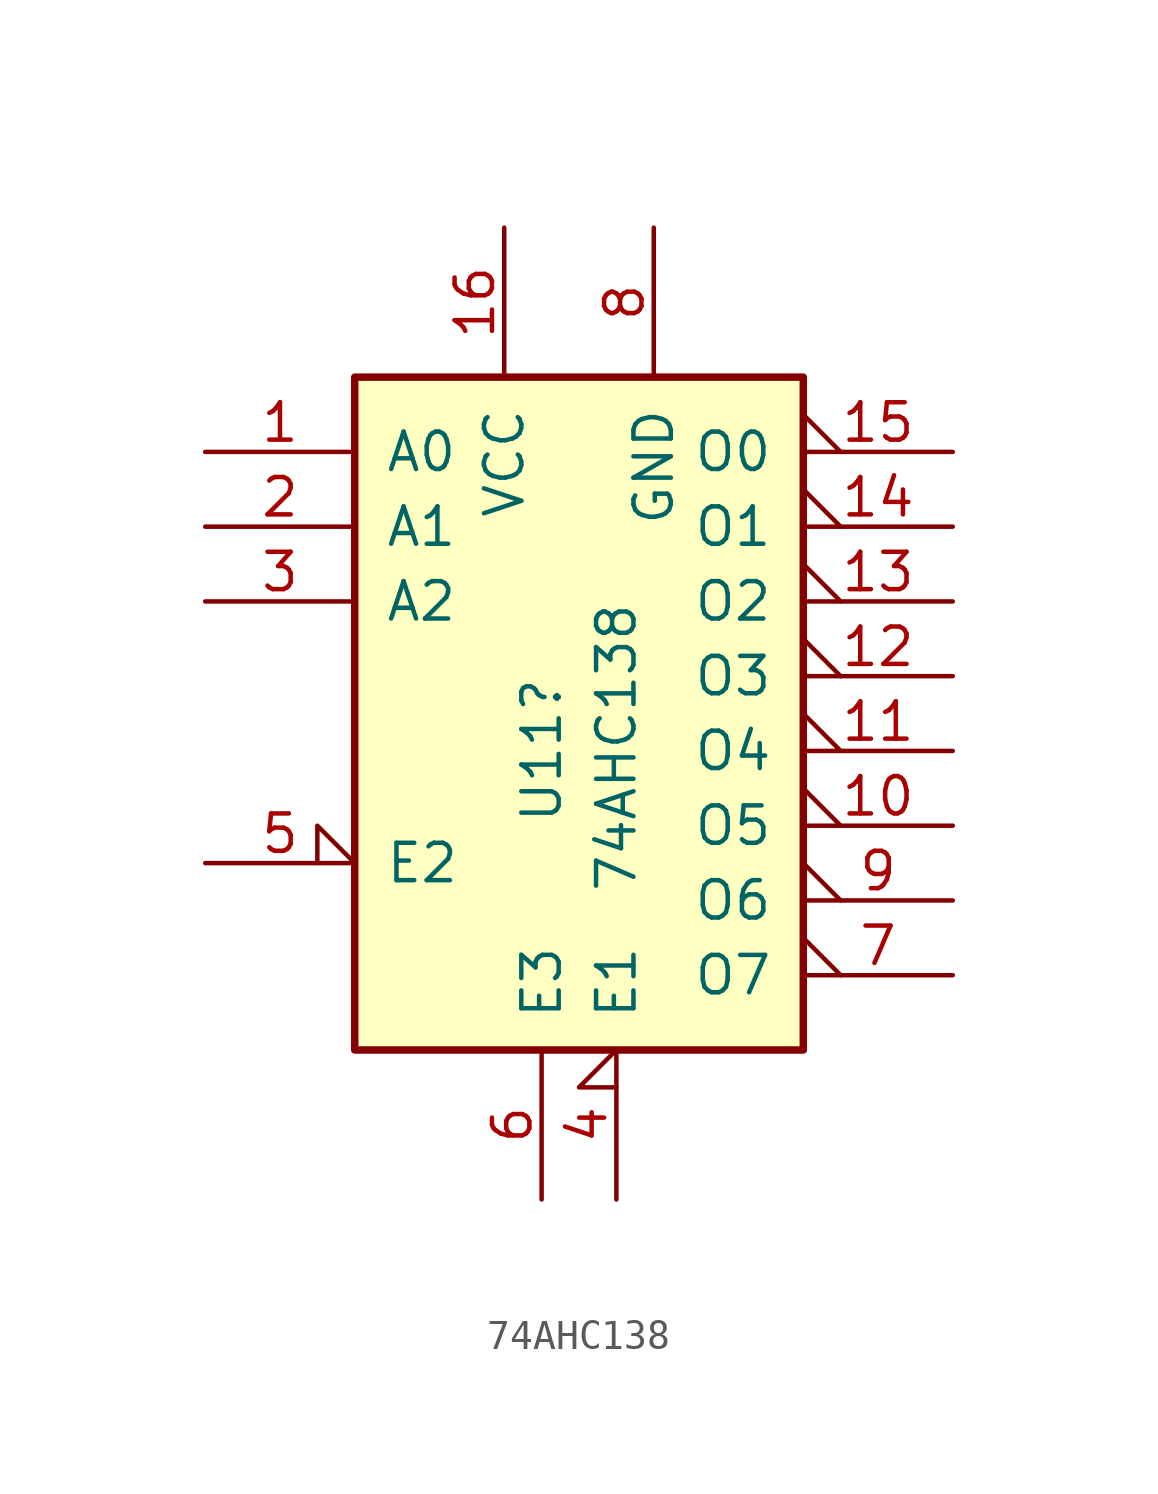
<source format=kicad_sym>
(kicad_symbol_lib
  (version 20231120)
  (generator "kicad_symbol_editor")
  (generator_version "8.0")
  (symbol "74AHC138"
    (pin_names
      (offset 1.016))
    (property "Reference" "U11"
      (at -1.27 0 90)
      (effects (font (size 1.27 1.27)) (justify right)))
    (property "Value" "74AHC138"
      (at 1.27 2.54 90)
      (effects (font (size 1.27 1.27)) (justify right)))
    (property "ki_locked" ""
      (at 0 0 0)
      (effects (font (size 1.27 1.27))))
    (symbol "74AHC138_1_0"
      (pin input line (at -12.7 7.62 0) (length 5.08) (name "A0" (effects (font (size 1.27 1.27)))) (number "1" (effects (font (size 1.27 1.27)))))
      (pin output output_low (at 12.7 -5.08 180) (length 5.08) (name "O5" (effects (font (size 1.27 1.27)))) (number "10" (effects (font (size 1.27 1.27)))))
      (pin output output_low (at 12.7 -2.54 180) (length 5.08) (name "O4" (effects (font (size 1.27 1.27)))) (number "11" (effects (font (size 1.27 1.27)))))
      (pin output output_low (at 12.7 0 180) (length 5.08) (name "O3" (effects (font (size 1.27 1.27)))) (number "12" (effects (font (size 1.27 1.27)))))
      (pin output output_low (at 12.7 2.54 180) (length 5.08) (name "O2" (effects (font (size 1.27 1.27)))) (number "13" (effects (font (size 1.27 1.27)))))
      (pin output output_low (at 12.7 5.08 180) (length 5.08) (name "O1" (effects (font (size 1.27 1.27)))) (number "14" (effects (font (size 1.27 1.27)))))
      (pin output output_low (at 12.7 7.62 180) (length 5.08) (name "O0" (effects (font (size 1.27 1.27)))) (number "15" (effects (font (size 1.27 1.27)))))
      (pin power_in line (at -2.54 15.24 270) (length 5.08) (name "VCC" (effects (font (size 1.27 1.27)))) (number "16" (effects (font (size 1.27 1.27)))))
      (pin input line (at -12.7 5.08 0) (length 5.08) (name "A1" (effects (font (size 1.27 1.27)))) (number "2" (effects (font (size 1.27 1.27)))))
      (pin input line (at -12.7 2.54 0) (length 5.08) (name "A2" (effects (font (size 1.27 1.27)))) (number "3" (effects (font (size 1.27 1.27)))))
      (pin input input_low (at 1.27 -17.78 90) (length 5.08) (name "E1" (effects (font (size 1.27 1.27)))) (number "4" (effects (font (size 1.27 1.27)))))
      (pin input input_low (at -12.7 -6.35 0) (length 5.08) (name "E2" (effects (font (size 1.27 1.27)))) (number "5" (effects (font (size 1.27 1.27)))))
      (pin input line (at -1.27 -17.78 90) (length 5.08) (name "E3" (effects (font (size 1.27 1.27)))) (number "6" (effects (font (size 1.27 1.27)))))
      (pin output output_low (at 12.7 -10.16 180) (length 5.08) (name "O7" (effects (font (size 1.27 1.27)))) (number "7" (effects (font (size 1.27 1.27)))))
      (pin power_in line (at 2.54 15.24 270) (length 5.08) (name "GND" (effects (font (size 1.27 1.27)))) (number "8" (effects (font (size 1.27 1.27)))))
      (pin output output_low (at 12.7 -7.62 180) (length 5.08) (name "O6" (effects (font (size 1.27 1.27)))) (number "9" (effects (font (size 1.27 1.27))))))
    (symbol "74AHC138_1_1"
      (rectangle (start -7.62 10.16) (end 7.62 -12.7) (stroke (width 0.254) (type solid)) (fill (type background))))))
</source>
